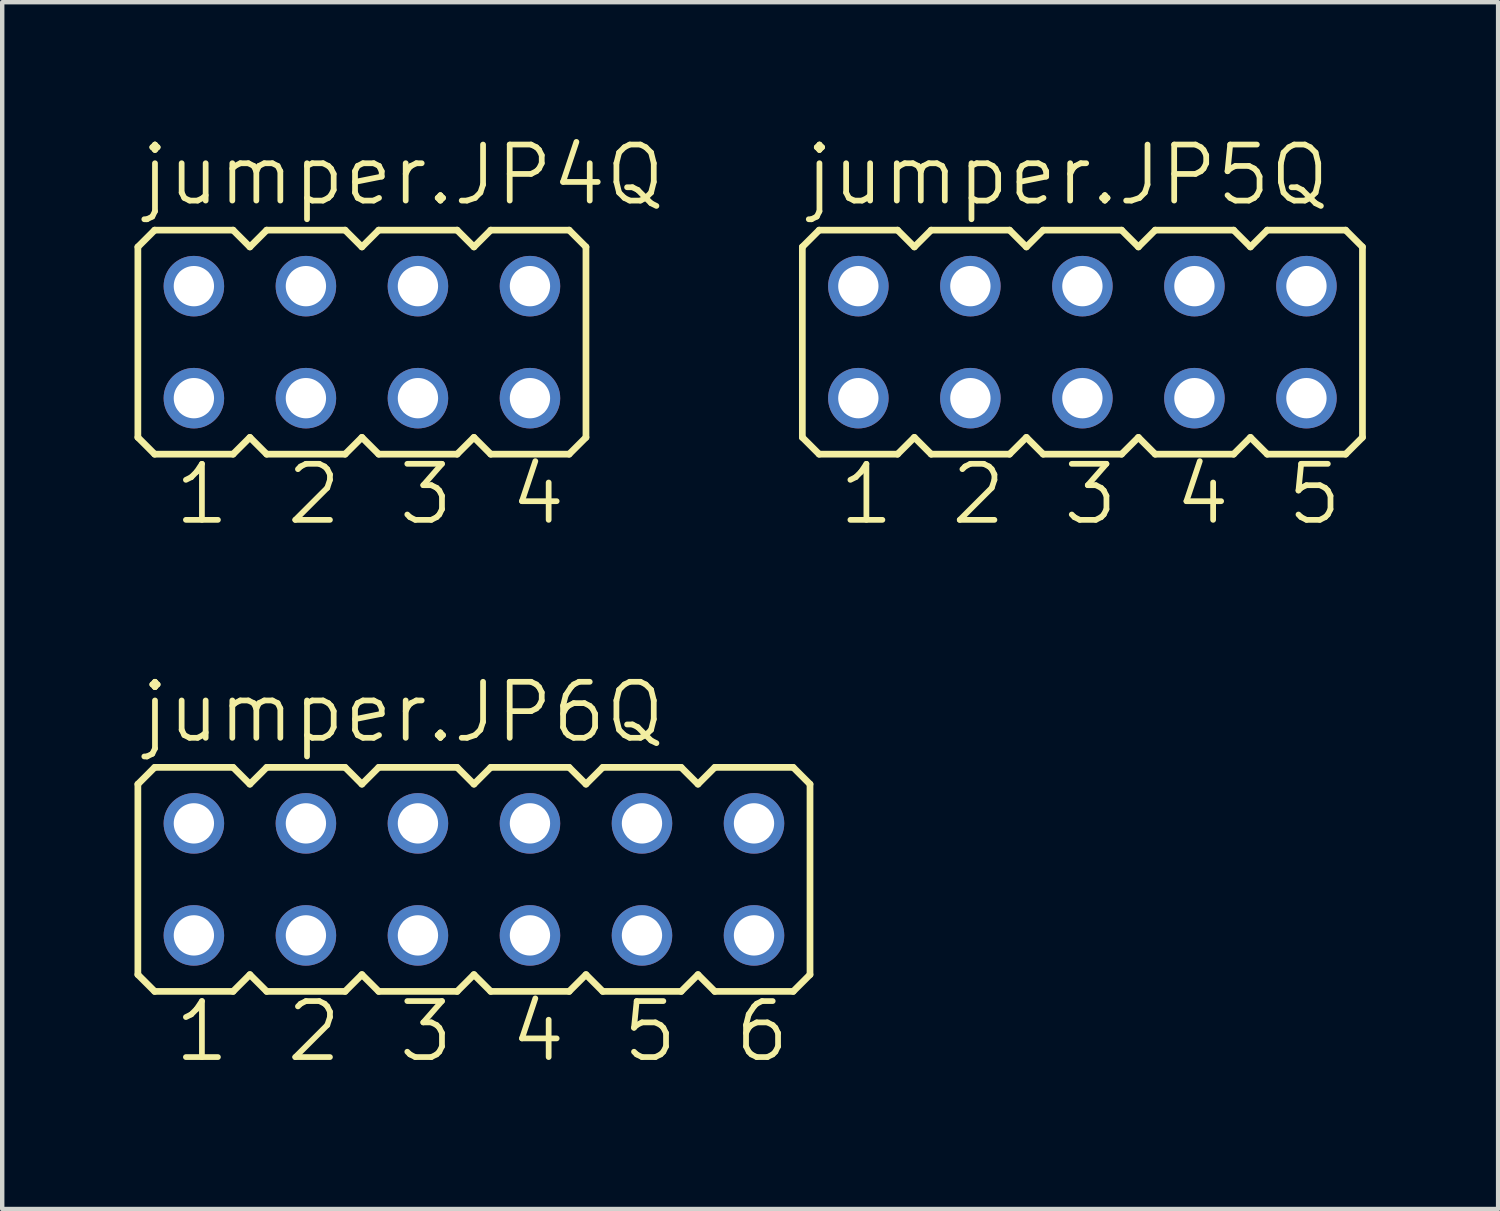
<source format=kicad_pcb>
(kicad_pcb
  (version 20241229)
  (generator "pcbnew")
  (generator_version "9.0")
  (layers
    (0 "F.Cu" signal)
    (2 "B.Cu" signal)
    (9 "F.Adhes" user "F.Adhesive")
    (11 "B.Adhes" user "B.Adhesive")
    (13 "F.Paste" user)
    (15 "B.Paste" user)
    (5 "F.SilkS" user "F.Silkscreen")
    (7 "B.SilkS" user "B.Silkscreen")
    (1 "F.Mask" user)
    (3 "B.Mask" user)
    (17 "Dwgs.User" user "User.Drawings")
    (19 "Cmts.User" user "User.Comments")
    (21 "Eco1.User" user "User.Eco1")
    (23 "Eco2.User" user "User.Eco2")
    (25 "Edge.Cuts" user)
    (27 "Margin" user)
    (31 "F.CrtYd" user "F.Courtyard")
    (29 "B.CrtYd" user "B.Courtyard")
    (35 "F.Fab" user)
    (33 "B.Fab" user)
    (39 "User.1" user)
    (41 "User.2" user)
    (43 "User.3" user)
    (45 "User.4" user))
  (footprint "jumper.JP6Q"
    (layer "F.Cu")
    (at 7.696 16.889)
    (property "Reference" "jumper.JP6Q" (at -7.62 -3.048 0) (layer "F.SilkS") (effects (font (size 1.27 1.27) (thickness 0.13)) (justify left bottom)))
    (attr through_hole)
    (fp_line (start -7.62 -2.159) (end -7.239 -2.54) (stroke (width 0.152) (type default)) (layer "F.SilkS"))
    (fp_line (start -7.62 2.159) (end -7.62 -2.159) (stroke (width 0.152) (type default)) (layer "F.SilkS"))
    (fp_line (start -7.62 2.159) (end -7.239 2.54) (stroke (width 0.152) (type default)) (layer "F.SilkS"))
    (fp_line (start -7.239 -2.54) (end -5.461 -2.54) (stroke (width 0.152) (type default)) (layer "F.SilkS"))
    (fp_line (start -7.239 2.54) (end -5.461 2.54) (stroke (width 0.152) (type default)) (layer "F.SilkS"))
    (fp_line (start -5.461 -2.54) (end -5.08 -2.159) (stroke (width 0.152) (type default)) (layer "F.SilkS"))
    (fp_line (start -5.08 -2.159) (end -4.699 -2.54) (stroke (width 0.152) (type default)) (layer "F.SilkS"))
    (fp_line (start -5.08 2.159) (end -5.461 2.54) (stroke (width 0.152) (type default)) (layer "F.SilkS"))
    (fp_line (start -5.08 2.159) (end -4.699 2.54) (stroke (width 0.152) (type default)) (layer "F.SilkS"))
    (fp_line (start -4.699 -2.54) (end -2.921 -2.54) (stroke (width 0.152) (type default)) (layer "F.SilkS"))
    (fp_line (start -2.921 2.54) (end -4.699 2.54) (stroke (width 0.152) (type default)) (layer "F.SilkS"))
    (fp_line (start -2.54 -2.159) (end -2.921 -2.54) (stroke (width 0.152) (type default)) (layer "F.SilkS"))
    (fp_line (start -2.54 -2.159) (end -2.159 -2.54) (stroke (width 0.152) (type default)) (layer "F.SilkS"))
    (fp_line (start -2.54 2.159) (end -2.921 2.54) (stroke (width 0.152) (type default)) (layer "F.SilkS"))
    (fp_line (start -2.54 2.159) (end -2.159 2.54) (stroke (width 0.152) (type default)) (layer "F.SilkS"))
    (fp_line (start -2.159 -2.54) (end -0.381 -2.54) (stroke (width 0.152) (type default)) (layer "F.SilkS"))
    (fp_line (start -0.381 2.54) (end -2.159 2.54) (stroke (width 0.152) (type default)) (layer "F.SilkS"))
    (fp_line (start -0.381 2.54) (end 0 2.159) (stroke (width 0.152) (type default)) (layer "F.SilkS"))
    (fp_line (start 0 -2.159) (end -0.381 -2.54) (stroke (width 0.152) (type default)) (layer "F.SilkS"))
    (fp_line (start 0 -2.159) (end 0.381 -2.54) (stroke (width 0.152) (type default)) (layer "F.SilkS"))
    (fp_line (start 0 2.159) (end 0.381 2.54) (stroke (width 0.152) (type default)) (layer "F.SilkS"))
    (fp_line (start 0.381 -2.54) (end 2.159 -2.54) (stroke (width 0.152) (type default)) (layer "F.SilkS"))
    (fp_line (start 2.159 2.54) (end 0.381 2.54) (stroke (width 0.152) (type default)) (layer "F.SilkS"))
    (fp_line (start 2.159 2.54) (end 2.54 2.159) (stroke (width 0.152) (type default)) (layer "F.SilkS"))
    (fp_line (start 2.54 -2.159) (end 2.159 -2.54) (stroke (width 0.152) (type default)) (layer "F.SilkS"))
    (fp_line (start 2.54 -2.159) (end 2.921 -2.54) (stroke (width 0.152) (type default)) (layer "F.SilkS"))
    (fp_line (start 2.54 2.159) (end 2.921 2.54) (stroke (width 0.152) (type default)) (layer "F.SilkS"))
    (fp_line (start 2.921 -2.54) (end 4.699 -2.54) (stroke (width 0.152) (type default)) (layer "F.SilkS"))
    (fp_line (start 4.699 2.54) (end 2.921 2.54) (stroke (width 0.152) (type default)) (layer "F.SilkS"))
    (fp_line (start 4.699 2.54) (end 5.08 2.159) (stroke (width 0.152) (type default)) (layer "F.SilkS"))
    (fp_line (start 5.08 -2.159) (end 4.699 -2.54) (stroke (width 0.152) (type default)) (layer "F.SilkS"))
    (fp_line (start 5.08 -2.159) (end 5.461 -2.54) (stroke (width 0.152) (type default)) (layer "F.SilkS"))
    (fp_line (start 5.08 2.159) (end 5.461 2.54) (stroke (width 0.152) (type default)) (layer "F.SilkS"))
    (fp_line (start 5.461 -2.54) (end 7.239 -2.54) (stroke (width 0.152) (type default)) (layer "F.SilkS"))
    (fp_line (start 7.239 2.54) (end 5.461 2.54) (stroke (width 0.152) (type default)) (layer "F.SilkS"))
    (fp_line (start 7.239 2.54) (end 7.62 2.159) (stroke (width 0.152) (type default)) (layer "F.SilkS"))
    (fp_line (start 7.62 -2.159) (end 7.239 -2.54) (stroke (width 0.152) (type default)) (layer "F.SilkS"))
    (fp_line (start 7.62 -2.159) (end 7.62 2.159) (stroke (width 0.152) (type default)) (layer "F.SilkS"))
    (fp_rect (start -6.655 -0.965) (end -6.045 -1.575) (stroke (width 0.05) (type default)) (fill no) (layer "F.Fab"))
    (fp_rect (start -6.655 1.575) (end -6.045 0.965) (stroke (width 0.05) (type default)) (fill no) (layer "F.Fab"))
    (fp_rect (start -4.115 -0.965) (end -3.505 -1.575) (stroke (width 0.05) (type default)) (fill no) (layer "F.Fab"))
    (fp_rect (start -4.115 1.575) (end -3.505 0.965) (stroke (width 0.05) (type default)) (fill no) (layer "F.Fab"))
    (fp_rect (start -1.575 -0.965) (end -0.965 -1.575) (stroke (width 0.05) (type default)) (fill no) (layer "F.Fab"))
    (fp_rect (start -1.575 1.575) (end -0.965 0.965) (stroke (width 0.05) (type default)) (fill no) (layer "F.Fab"))
    (fp_rect (start 0.965 -0.965) (end 1.575 -1.575) (stroke (width 0.05) (type default)) (fill no) (layer "F.Fab"))
    (fp_rect (start 0.965 1.575) (end 1.575 0.965) (stroke (width 0.05) (type default)) (fill no) (layer "F.Fab"))
    (fp_rect (start 3.505 -0.965) (end 4.115 -1.575) (stroke (width 0.05) (type default)) (fill no) (layer "F.Fab"))
    (fp_rect (start 3.505 1.575) (end 4.115 0.965) (stroke (width 0.05) (type default)) (fill no) (layer "F.Fab"))
    (fp_rect (start 6.045 -0.965) (end 6.655 -1.575) (stroke (width 0.05) (type default)) (fill no) (layer "F.Fab"))
    (fp_rect (start 6.045 1.575) (end 6.655 0.965) (stroke (width 0.05) (type default)) (fill no) (layer "F.Fab"))
    (fp_text user "1" (at -6.858 4.191 0) (layer "F.SilkS") (effects (font (size 1.27 1.27) (thickness 0.13)) (justify left bottom)))
    (fp_text user "2" (at -4.318 4.191 0) (layer "F.SilkS") (effects (font (size 1.27 1.27) (thickness 0.13)) (justify left bottom)))
    (fp_text user "3" (at -1.778 4.191 0) (layer "F.SilkS") (effects (font (size 1.27 1.27) (thickness 0.13)) (justify left bottom)))
    (fp_text user "5" (at 3.302 4.191 0) (layer "F.SilkS") (effects (font (size 1.27 1.27) (thickness 0.13)) (justify left bottom)))
    (fp_text user "6" (at 5.842 4.191 0) (layer "F.SilkS") (effects (font (size 1.27 1.27) (thickness 0.13)) (justify left bottom)))
    (fp_text user "4" (at 0.762 4.191 0) (layer "F.SilkS") (effects (font (size 1.27 1.27) (thickness 0.13)) (justify left bottom)))
    (pad "1" thru_hole circle (at -6.35 1.27) (size 1.372 1.372) (drill 0.914) (layers "*.Cu" "*.Mask"))
    (pad "2" thru_hole circle (at -6.35 -1.27) (size 1.372 1.372) (drill 0.914) (layers "*.Cu" "*.Mask"))
    (pad "3" thru_hole circle (at -3.81 1.27) (size 1.372 1.372) (drill 0.914) (layers "*.Cu" "*.Mask"))
    (pad "4" thru_hole circle (at -3.81 -1.27) (size 1.372 1.372) (drill 0.914) (layers "*.Cu" "*.Mask"))
    (pad "5" thru_hole circle (at -1.27 1.27) (size 1.372 1.372) (drill 0.914) (layers "*.Cu" "*.Mask"))
    (pad "6" thru_hole circle (at -1.27 -1.27) (size 1.372 1.372) (drill 0.914) (layers "*.Cu" "*.Mask"))
    (pad "7" thru_hole circle (at 1.27 1.27) (size 1.372 1.372) (drill 0.914) (layers "*.Cu" "*.Mask"))
    (pad "8" thru_hole circle (at 1.27 -1.27) (size 1.372 1.372) (drill 0.914) (layers "*.Cu" "*.Mask"))
    (pad "9" thru_hole circle (at 3.81 1.27) (size 1.372 1.372) (drill 0.914) (layers "*.Cu" "*.Mask"))
    (pad "10" thru_hole circle (at 3.81 -1.27) (size 1.372 1.372) (drill 0.914) (layers "*.Cu" "*.Mask"))
    (pad "11" thru_hole circle (at 6.35 1.27) (size 1.372 1.372) (drill 0.914) (layers "*.Cu" "*.Mask"))
    (pad "12" thru_hole circle (at 6.35 -1.27) (size 1.372 1.372) (drill 0.914) (layers "*.Cu" "*.Mask")))
  (footprint "jumper.JP5Q"
    (layer "F.Cu")
    (at 21.492 4.708)
    (property "Reference" "jumper.JP5Q" (at -6.35 -3.048 0) (layer "F.SilkS") (effects (font (size 1.27 1.27) (thickness 0.13)) (justify left bottom)))
    (attr through_hole)
    (fp_line (start -6.35 -2.159) (end -5.969 -2.54) (stroke (width 0.152) (type default)) (layer "F.SilkS"))
    (fp_line (start -6.35 2.159) (end -6.35 -2.159) (stroke (width 0.152) (type default)) (layer "F.SilkS"))
    (fp_line (start -6.35 2.159) (end -5.969 2.54) (stroke (width 0.152) (type default)) (layer "F.SilkS"))
    (fp_line (start -5.969 -2.54) (end -4.191 -2.54) (stroke (width 0.152) (type default)) (layer "F.SilkS"))
    (fp_line (start -5.969 2.54) (end -4.191 2.54) (stroke (width 0.152) (type default)) (layer "F.SilkS"))
    (fp_line (start -4.191 -2.54) (end -3.81 -2.159) (stroke (width 0.152) (type default)) (layer "F.SilkS"))
    (fp_line (start -3.81 -2.159) (end -3.429 -2.54) (stroke (width 0.152) (type default)) (layer "F.SilkS"))
    (fp_line (start -3.81 2.159) (end -4.191 2.54) (stroke (width 0.152) (type default)) (layer "F.SilkS"))
    (fp_line (start -3.81 2.159) (end -3.429 2.54) (stroke (width 0.152) (type default)) (layer "F.SilkS"))
    (fp_line (start -3.429 -2.54) (end -1.651 -2.54) (stroke (width 0.152) (type default)) (layer "F.SilkS"))
    (fp_line (start -1.651 2.54) (end -3.429 2.54) (stroke (width 0.152) (type default)) (layer "F.SilkS"))
    (fp_line (start -1.27 -2.159) (end -1.651 -2.54) (stroke (width 0.152) (type default)) (layer "F.SilkS"))
    (fp_line (start -1.27 -2.159) (end -0.889 -2.54) (stroke (width 0.152) (type default)) (layer "F.SilkS"))
    (fp_line (start -1.27 2.159) (end -1.651 2.54) (stroke (width 0.152) (type default)) (layer "F.SilkS"))
    (fp_line (start -1.27 2.159) (end -0.889 2.54) (stroke (width 0.152) (type default)) (layer "F.SilkS"))
    (fp_line (start -0.889 -2.54) (end 0.889 -2.54) (stroke (width 0.152) (type default)) (layer "F.SilkS"))
    (fp_line (start 0.889 2.54) (end -0.889 2.54) (stroke (width 0.152) (type default)) (layer "F.SilkS"))
    (fp_line (start 0.889 2.54) (end 1.27 2.159) (stroke (width 0.152) (type default)) (layer "F.SilkS"))
    (fp_line (start 1.27 -2.159) (end 0.889 -2.54) (stroke (width 0.152) (type default)) (layer "F.SilkS"))
    (fp_line (start 1.27 -2.159) (end 1.651 -2.54) (stroke (width 0.152) (type default)) (layer "F.SilkS"))
    (fp_line (start 1.27 2.159) (end 1.651 2.54) (stroke (width 0.152) (type default)) (layer "F.SilkS"))
    (fp_line (start 1.651 -2.54) (end 3.429 -2.54) (stroke (width 0.152) (type default)) (layer "F.SilkS"))
    (fp_line (start 3.429 2.54) (end 1.651 2.54) (stroke (width 0.152) (type default)) (layer "F.SilkS"))
    (fp_line (start 3.429 2.54) (end 3.81 2.159) (stroke (width 0.152) (type default)) (layer "F.SilkS"))
    (fp_line (start 3.81 -2.159) (end 3.429 -2.54) (stroke (width 0.152) (type default)) (layer "F.SilkS"))
    (fp_line (start 3.81 -2.159) (end 4.191 -2.54) (stroke (width 0.152) (type default)) (layer "F.SilkS"))
    (fp_line (start 3.81 2.159) (end 4.191 2.54) (stroke (width 0.152) (type default)) (layer "F.SilkS"))
    (fp_line (start 4.191 -2.54) (end 5.969 -2.54) (stroke (width 0.152) (type default)) (layer "F.SilkS"))
    (fp_line (start 5.969 2.54) (end 4.191 2.54) (stroke (width 0.152) (type default)) (layer "F.SilkS"))
    (fp_line (start 5.969 2.54) (end 6.35 2.159) (stroke (width 0.152) (type default)) (layer "F.SilkS"))
    (fp_line (start 6.35 -2.159) (end 5.969 -2.54) (stroke (width 0.152) (type default)) (layer "F.SilkS"))
    (fp_line (start 6.35 -2.159) (end 6.35 2.159) (stroke (width 0.152) (type default)) (layer "F.SilkS"))
    (fp_rect (start -5.385 -0.965) (end -4.775 -1.575) (stroke (width 0.05) (type default)) (fill no) (layer "F.Fab"))
    (fp_rect (start -5.385 1.575) (end -4.775 0.965) (stroke (width 0.05) (type default)) (fill no) (layer "F.Fab"))
    (fp_rect (start -2.845 -0.965) (end -2.235 -1.575) (stroke (width 0.05) (type default)) (fill no) (layer "F.Fab"))
    (fp_rect (start -2.845 1.575) (end -2.235 0.965) (stroke (width 0.05) (type default)) (fill no) (layer "F.Fab"))
    (fp_rect (start -0.305 -0.965) (end 0.305 -1.575) (stroke (width 0.05) (type default)) (fill no) (layer "F.Fab"))
    (fp_rect (start -0.305 1.575) (end 0.305 0.965) (stroke (width 0.05) (type default)) (fill no) (layer "F.Fab"))
    (fp_rect (start 2.235 -0.965) (end 2.845 -1.575) (stroke (width 0.05) (type default)) (fill no) (layer "F.Fab"))
    (fp_rect (start 2.235 1.575) (end 2.845 0.965) (stroke (width 0.05) (type default)) (fill no) (layer "F.Fab"))
    (fp_rect (start 4.775 -0.965) (end 5.385 -1.575) (stroke (width 0.05) (type default)) (fill no) (layer "F.Fab"))
    (fp_rect (start 4.775 1.575) (end 5.385 0.965) (stroke (width 0.05) (type default)) (fill no) (layer "F.Fab"))
    (fp_text user "3" (at -0.508 4.191 0) (layer "F.SilkS") (effects (font (size 1.27 1.27) (thickness 0.13)) (justify left bottom)))
    (fp_text user "1" (at -5.588 4.191 0) (layer "F.SilkS") (effects (font (size 1.27 1.27) (thickness 0.13)) (justify left bottom)))
    (fp_text user "4" (at 2.032 4.191 0) (layer "F.SilkS") (effects (font (size 1.27 1.27) (thickness 0.13)) (justify left bottom)))
    (fp_text user "5" (at 4.572 4.191 0) (layer "F.SilkS") (effects (font (size 1.27 1.27) (thickness 0.13)) (justify left bottom)))
    (fp_text user "2" (at -3.048 4.191 0) (layer "F.SilkS") (effects (font (size 1.27 1.27) (thickness 0.13)) (justify left bottom)))
    (pad "1" thru_hole circle (at -5.08 1.27) (size 1.372 1.372) (drill 0.914) (layers "*.Cu" "*.Mask"))
    (pad "2" thru_hole circle (at -5.08 -1.27) (size 1.372 1.372) (drill 0.914) (layers "*.Cu" "*.Mask"))
    (pad "3" thru_hole circle (at -2.54 1.27) (size 1.372 1.372) (drill 0.914) (layers "*.Cu" "*.Mask"))
    (pad "4" thru_hole circle (at -2.54 -1.27) (size 1.372 1.372) (drill 0.914) (layers "*.Cu" "*.Mask"))
    (pad "5" thru_hole circle (at 0 1.27) (size 1.372 1.372) (drill 0.914) (layers "*.Cu" "*.Mask"))
    (pad "6" thru_hole circle (at 0 -1.27) (size 1.372 1.372) (drill 0.914) (layers "*.Cu" "*.Mask"))
    (pad "7" thru_hole circle (at 2.54 1.27) (size 1.372 1.372) (drill 0.914) (layers "*.Cu" "*.Mask"))
    (pad "8" thru_hole circle (at 2.54 -1.27) (size 1.372 1.372) (drill 0.914) (layers "*.Cu" "*.Mask"))
    (pad "9" thru_hole circle (at 5.08 1.27) (size 1.372 1.372) (drill 0.914) (layers "*.Cu" "*.Mask"))
    (pad "10" thru_hole circle (at 5.08 -1.27) (size 1.372 1.372) (drill 0.914) (layers "*.Cu" "*.Mask")))
  (footprint "jumper.JP4Q"
    (layer "F.Cu")
    (at 5.156 4.708)
    (property "Reference" "jumper.JP4Q" (at -5.08 -3.048 0) (layer "F.SilkS") (effects (font (size 1.27 1.27) (thickness 0.13)) (justify left bottom)))
    (attr through_hole)
    (fp_line (start -5.08 -2.159) (end -4.699 -2.54) (stroke (width 0.152) (type default)) (layer "F.SilkS"))
    (fp_line (start -5.08 2.159) (end -5.08 -2.159) (stroke (width 0.152) (type default)) (layer "F.SilkS"))
    (fp_line (start -5.08 2.159) (end -4.699 2.54) (stroke (width 0.152) (type default)) (layer "F.SilkS"))
    (fp_line (start -4.699 -2.54) (end -2.921 -2.54) (stroke (width 0.152) (type default)) (layer "F.SilkS"))
    (fp_line (start -4.699 2.54) (end -2.921 2.54) (stroke (width 0.152) (type default)) (layer "F.SilkS"))
    (fp_line (start -2.921 -2.54) (end -2.54 -2.159) (stroke (width 0.152) (type default)) (layer "F.SilkS"))
    (fp_line (start -2.54 -2.159) (end -2.159 -2.54) (stroke (width 0.152) (type default)) (layer "F.SilkS"))
    (fp_line (start -2.54 2.159) (end -2.921 2.54) (stroke (width 0.152) (type default)) (layer "F.SilkS"))
    (fp_line (start -2.54 2.159) (end -2.159 2.54) (stroke (width 0.152) (type default)) (layer "F.SilkS"))
    (fp_line (start -2.159 -2.54) (end -0.381 -2.54) (stroke (width 0.152) (type default)) (layer "F.SilkS"))
    (fp_line (start -0.381 2.54) (end -2.159 2.54) (stroke (width 0.152) (type default)) (layer "F.SilkS"))
    (fp_line (start 0 -2.159) (end -0.381 -2.54) (stroke (width 0.152) (type default)) (layer "F.SilkS"))
    (fp_line (start 0 -2.159) (end 0.381 -2.54) (stroke (width 0.152) (type default)) (layer "F.SilkS"))
    (fp_line (start 0 2.159) (end -0.381 2.54) (stroke (width 0.152) (type default)) (layer "F.SilkS"))
    (fp_line (start 0 2.159) (end 0.381 2.54) (stroke (width 0.152) (type default)) (layer "F.SilkS"))
    (fp_line (start 0.381 -2.54) (end 2.159 -2.54) (stroke (width 0.152) (type default)) (layer "F.SilkS"))
    (fp_line (start 2.159 2.54) (end 0.381 2.54) (stroke (width 0.152) (type default)) (layer "F.SilkS"))
    (fp_line (start 2.159 2.54) (end 2.54 2.159) (stroke (width 0.152) (type default)) (layer "F.SilkS"))
    (fp_line (start 2.54 -2.159) (end 2.159 -2.54) (stroke (width 0.152) (type default)) (layer "F.SilkS"))
    (fp_line (start 2.54 -2.159) (end 2.921 -2.54) (stroke (width 0.152) (type default)) (layer "F.SilkS"))
    (fp_line (start 2.54 2.159) (end 2.921 2.54) (stroke (width 0.152) (type default)) (layer "F.SilkS"))
    (fp_line (start 2.921 -2.54) (end 4.699 -2.54) (stroke (width 0.152) (type default)) (layer "F.SilkS"))
    (fp_line (start 4.699 2.54) (end 2.921 2.54) (stroke (width 0.152) (type default)) (layer "F.SilkS"))
    (fp_line (start 4.699 2.54) (end 5.08 2.159) (stroke (width 0.152) (type default)) (layer "F.SilkS"))
    (fp_line (start 5.08 -2.159) (end 4.699 -2.54) (stroke (width 0.152) (type default)) (layer "F.SilkS"))
    (fp_line (start 5.08 -2.159) (end 5.08 2.159) (stroke (width 0.152) (type default)) (layer "F.SilkS"))
    (fp_rect (start -4.115 -0.965) (end -3.505 -1.575) (stroke (width 0.05) (type default)) (fill no) (layer "F.Fab"))
    (fp_rect (start -4.115 1.575) (end -3.505 0.965) (stroke (width 0.05) (type default)) (fill no) (layer "F.Fab"))
    (fp_rect (start -1.575 -0.965) (end -0.965 -1.575) (stroke (width 0.05) (type default)) (fill no) (layer "F.Fab"))
    (fp_rect (start -1.575 1.575) (end -0.965 0.965) (stroke (width 0.05) (type default)) (fill no) (layer "F.Fab"))
    (fp_rect (start 0.965 -0.965) (end 1.575 -1.575) (stroke (width 0.05) (type default)) (fill no) (layer "F.Fab"))
    (fp_rect (start 0.965 1.575) (end 1.575 0.965) (stroke (width 0.05) (type default)) (fill no) (layer "F.Fab"))
    (fp_rect (start 3.505 -0.965) (end 4.115 -1.575) (stroke (width 0.05) (type default)) (fill no) (layer "F.Fab"))
    (fp_rect (start 3.505 1.575) (end 4.115 0.965) (stroke (width 0.05) (type default)) (fill no) (layer "F.Fab"))
    (fp_text user "1" (at -4.318 4.191 0) (layer "F.SilkS") (effects (font (size 1.27 1.27) (thickness 0.13)) (justify left bottom)))
    (fp_text user "4" (at 3.302 4.191 0) (layer "F.SilkS") (effects (font (size 1.27 1.27) (thickness 0.13)) (justify left bottom)))
    (fp_text user "2" (at -1.778 4.191 0) (layer "F.SilkS") (effects (font (size 1.27 1.27) (thickness 0.13)) (justify left bottom)))
    (fp_text user "3" (at 0.762 4.191 0) (layer "F.SilkS") (effects (font (size 1.27 1.27) (thickness 0.13)) (justify left bottom)))
    (pad "1" thru_hole circle (at -3.81 1.27) (size 1.372 1.372) (drill 0.914) (layers "*.Cu" "*.Mask"))
    (pad "2" thru_hole circle (at -3.81 -1.27) (size 1.372 1.372) (drill 0.914) (layers "*.Cu" "*.Mask"))
    (pad "3" thru_hole circle (at -1.27 1.27) (size 1.372 1.372) (drill 0.914) (layers "*.Cu" "*.Mask"))
    (pad "4" thru_hole circle (at -1.27 -1.27) (size 1.372 1.372) (drill 0.914) (layers "*.Cu" "*.Mask"))
    (pad "5" thru_hole circle (at 1.27 1.27) (size 1.372 1.372) (drill 0.914) (layers "*.Cu" "*.Mask"))
    (pad "6" thru_hole circle (at 1.27 -1.27) (size 1.372 1.372) (drill 0.914) (layers "*.Cu" "*.Mask"))
    (pad "7" thru_hole circle (at 3.81 1.27) (size 1.372 1.372) (drill 0.914) (layers "*.Cu" "*.Mask"))
    (pad "8" thru_hole circle (at 3.81 -1.27) (size 1.372 1.372) (drill 0.914) (layers "*.Cu" "*.Mask")))
  (gr_rect
    (start -3 -3)
    (end 30.918 24.362)
    (stroke (width 0.1) (type default))
    (fill no)
    (layer "Edge.Cuts")))
</source>
